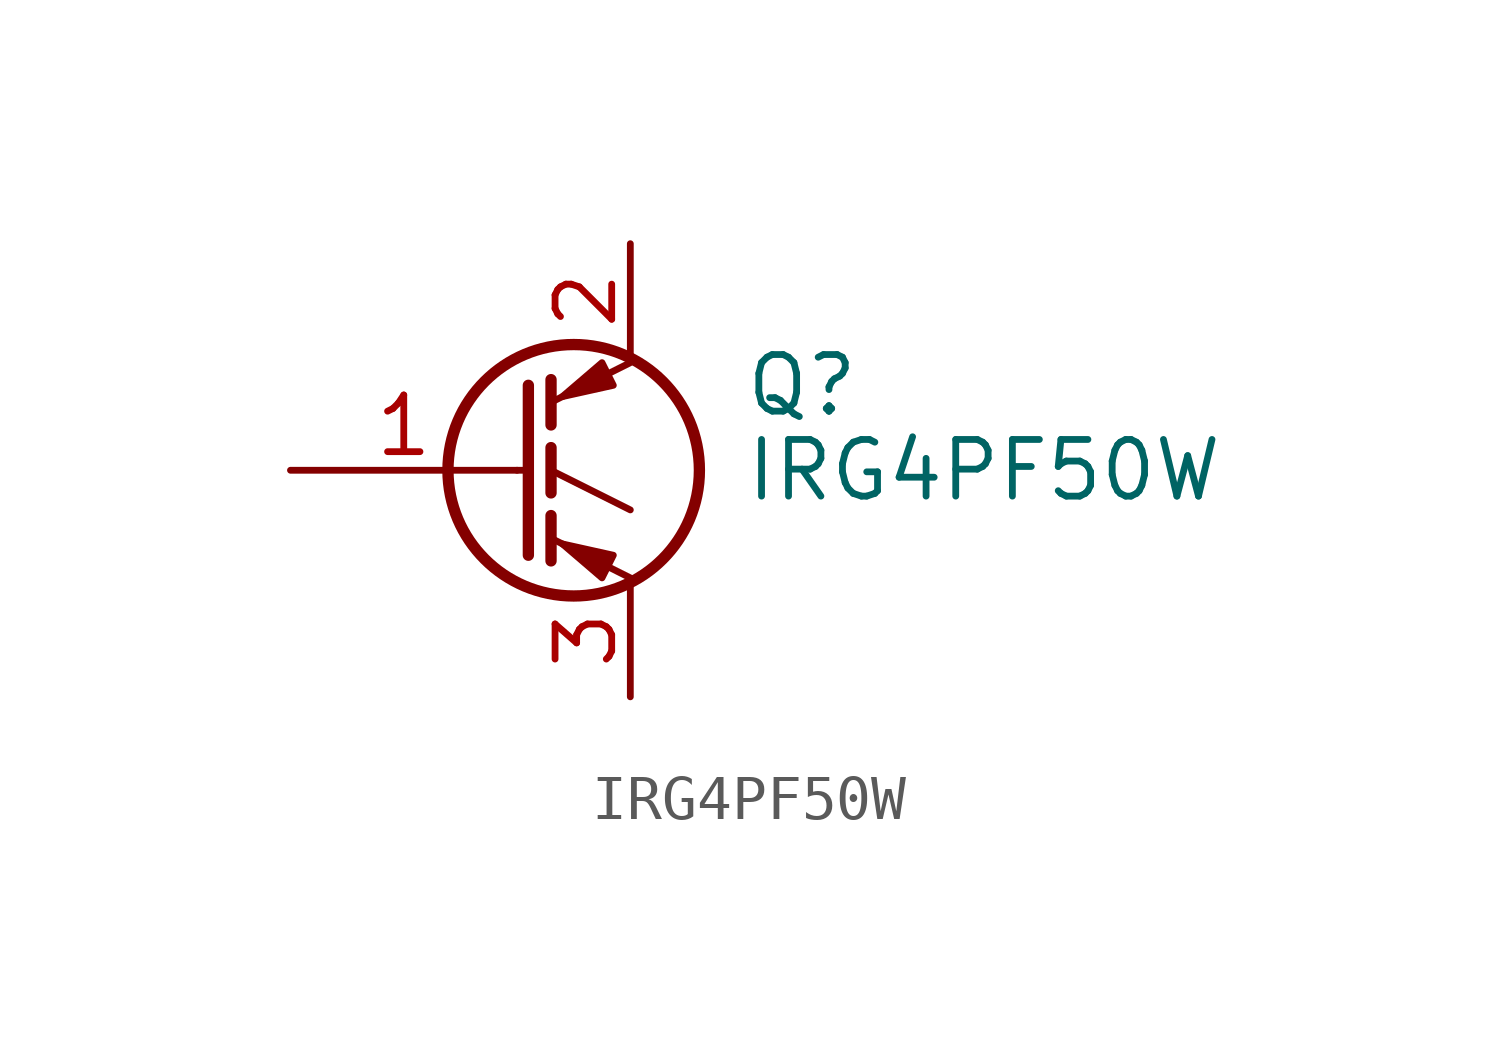
<source format=kicad_sym>
(kicad_symbol_lib
  (version 20201005)
  (generator kicad_symbol_editor)
  (symbol "IRG4PF50W"
    (pin_names
      (offset 0) hide)
    (property "Reference" "Q"
      (at 5.08 1.905 0)
      (effects (font (size 1.27 1.27)) (justify left)))
    (property "Value" "IRG4PF50W"
      (at 5.08 0 0)
      (effects (font (size 1.27 1.27)) (justify left)))
    (symbol "IRG4PF50W_0_1"
      (circle (center 1.27 0) (radius 2.819) (stroke (width 0.254)) (fill (type none)))
      (polyline (pts (xy 0 0) (xy 0.254 0)) (stroke (width 0)) (fill (type none)))
      (polyline (pts (xy 0.762 -1.016) (xy 0.762 -2.032)) (stroke (width 0.254)) (fill (type none)))
      (polyline (pts (xy 0.762 0.508) (xy 0.762 -0.508)) (stroke (width 0.254)) (fill (type none)))
      (polyline (pts (xy 0.762 2.032) (xy 0.762 1.016)) (stroke (width 0.254)) (fill (type none)))
      (polyline (pts (xy 2.54 -2.413) (xy 0.762 -1.524)) (stroke (width 0)) (fill (type none)))
      (polyline (pts (xy 2.54 -0.889) (xy 0.762 0)) (stroke (width 0)) (fill (type none)))
      (polyline (pts (xy 2.54 2.413) (xy 0.762 1.524)) (stroke (width 0)) (fill (type none)))
      (polyline (pts (xy 0.254 1.905) (xy 0.254 -1.905) (xy 0.254 -1.905)) (stroke (width 0.254)) (fill (type none)))
      (polyline (pts (xy 2.159 -1.905) (xy 1.905 -2.413) (xy 1.016 -1.651) (xy 2.159 -1.905)) (stroke (width 0)) (fill (type outline)))
      (polyline (pts (xy 2.159 1.905) (xy 1.905 2.413) (xy 1.016 1.651) (xy 2.159 1.905)) (stroke (width 0)) (fill (type outline))))
    (symbol "IRG4PF50W_1_1"
      (pin input line (at -5.08 0 0) (length 5.08) (name "G" (effects (font (size 1.27 1.27)))) (number "1" (effects (font (size 1.27 1.27)))))
      (pin passive line (at 2.54 5.08 270) (length 2.54) (name "C" (effects (font (size 1.27 1.27)))) (number "2" (effects (font (size 1.27 1.27)))))
      (pin passive line (at 2.54 -5.08 90) (length 2.54) (name "E" (effects (font (size 1.27 1.27)))) (number "3" (effects (font (size 1.27 1.27))))))))
</source>
